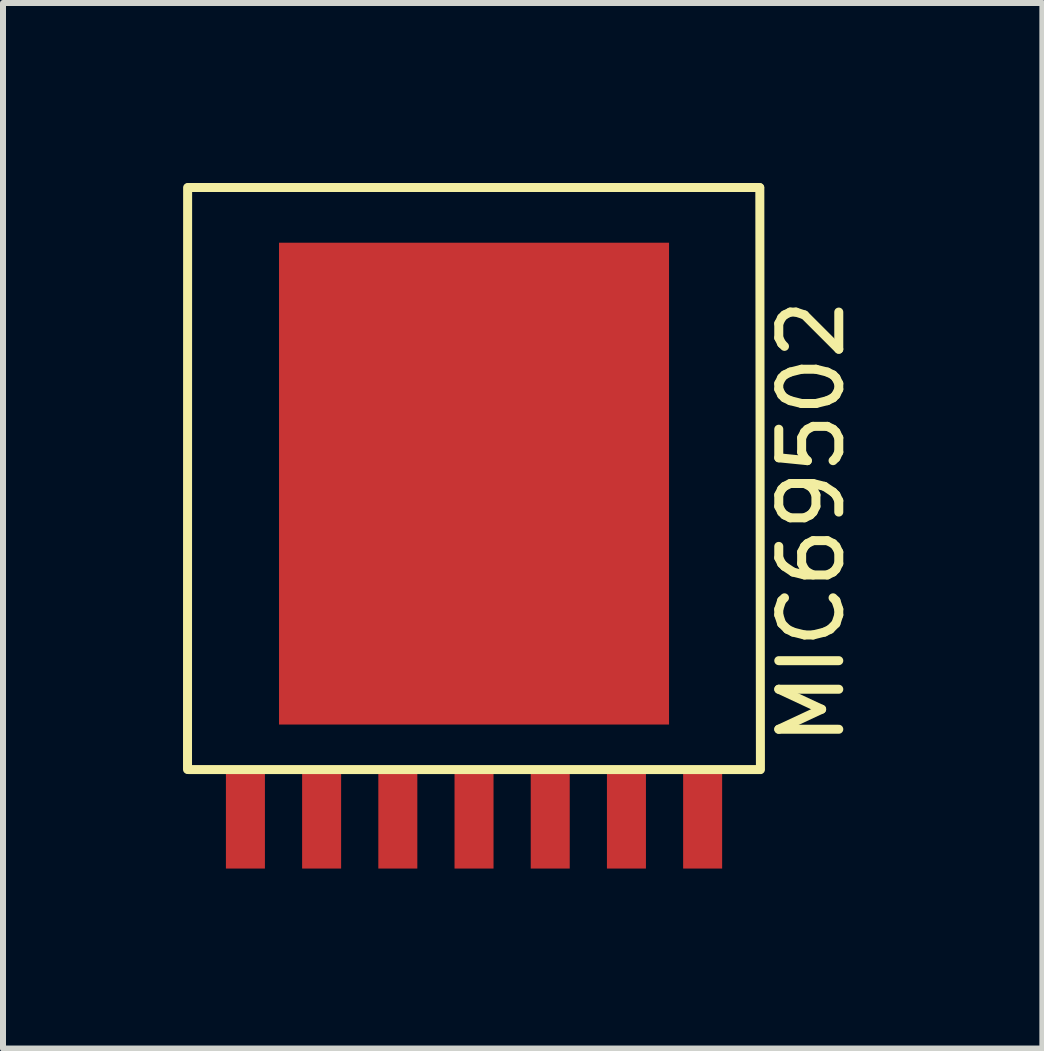
<source format=kicad_pcb>
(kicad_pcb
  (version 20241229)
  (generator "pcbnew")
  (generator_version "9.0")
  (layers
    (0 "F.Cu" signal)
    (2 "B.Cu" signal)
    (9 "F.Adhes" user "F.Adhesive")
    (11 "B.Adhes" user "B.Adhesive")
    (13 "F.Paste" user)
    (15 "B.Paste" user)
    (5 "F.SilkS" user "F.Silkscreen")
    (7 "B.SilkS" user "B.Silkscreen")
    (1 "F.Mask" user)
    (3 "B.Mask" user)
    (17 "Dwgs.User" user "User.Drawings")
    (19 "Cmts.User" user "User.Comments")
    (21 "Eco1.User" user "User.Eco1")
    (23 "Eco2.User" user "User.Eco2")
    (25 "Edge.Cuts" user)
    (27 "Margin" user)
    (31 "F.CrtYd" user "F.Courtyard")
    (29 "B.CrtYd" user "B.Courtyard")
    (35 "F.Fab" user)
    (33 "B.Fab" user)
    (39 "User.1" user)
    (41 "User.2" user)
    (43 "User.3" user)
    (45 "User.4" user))
  (footprint "MIC69502"
    (layer "F.Cu")
    (at 4.85 6.075)
    (property "Reference" "MIC69502" (at 5.624 -0.424 90) (layer "F.SilkS") (effects (font (size 1 1) (thickness 0.15))))
    (attr through_hole)
    (fp_line (start -4.773 -5.999) (end -4.775 3.698) (stroke (width 0.15) (type solid)) (layer "F.SilkS"))
    (fp_line (start -4.76 -6) (end 4.76 -6) (stroke (width 0.15) (type solid)) (layer "F.SilkS"))
    (fp_line (start -4.76 3.7) (end 4.76 3.7) (stroke (width 0.15) (type solid)) (layer "F.SilkS"))
    (fp_line (start 4.773 3.701) (end 4.763 -5.997) (stroke (width 0.15) (type solid)) (layer "F.SilkS"))
    (pad "1" smd rect (at -3.81 4.5) (size 0.65 1.7) (layers "F.Cu" "F.Mask" "F.Paste"))
    (pad "2" smd rect (at -2.54 4.5) (size 0.65 1.7) (layers "F.Cu" "F.Mask" "F.Paste"))
    (pad "3" smd rect (at -1.27 4.5) (size 0.65 1.7) (layers "F.Cu" "F.Mask" "F.Paste"))
    (pad "4" smd rect (at 0 -1.065) (size 6.5 8.03) (layers "F.Cu" "F.Mask" "F.Paste"))
    (pad "4" smd rect (at 0 4.5) (size 0.65 1.7) (layers "F.Cu" "F.Mask" "F.Paste"))
    (pad "5" smd rect (at 1.27 4.5) (size 0.65 1.7) (layers "F.Cu" "F.Mask" "F.Paste"))
    (pad "6" smd rect (at 2.54 4.5) (size 0.65 1.7) (layers "F.Cu" "F.Mask" "F.Paste"))
    (pad "7" smd rect (at 3.81 4.5) (size 0.65 1.7) (layers "F.Cu" "F.Mask" "F.Paste")))
  (gr_rect
    (start -3 -3)
    (end 14.322 14.425)
    (stroke (width 0.1) (type default))
    (fill no)
    (layer "Edge.Cuts")))
</source>
